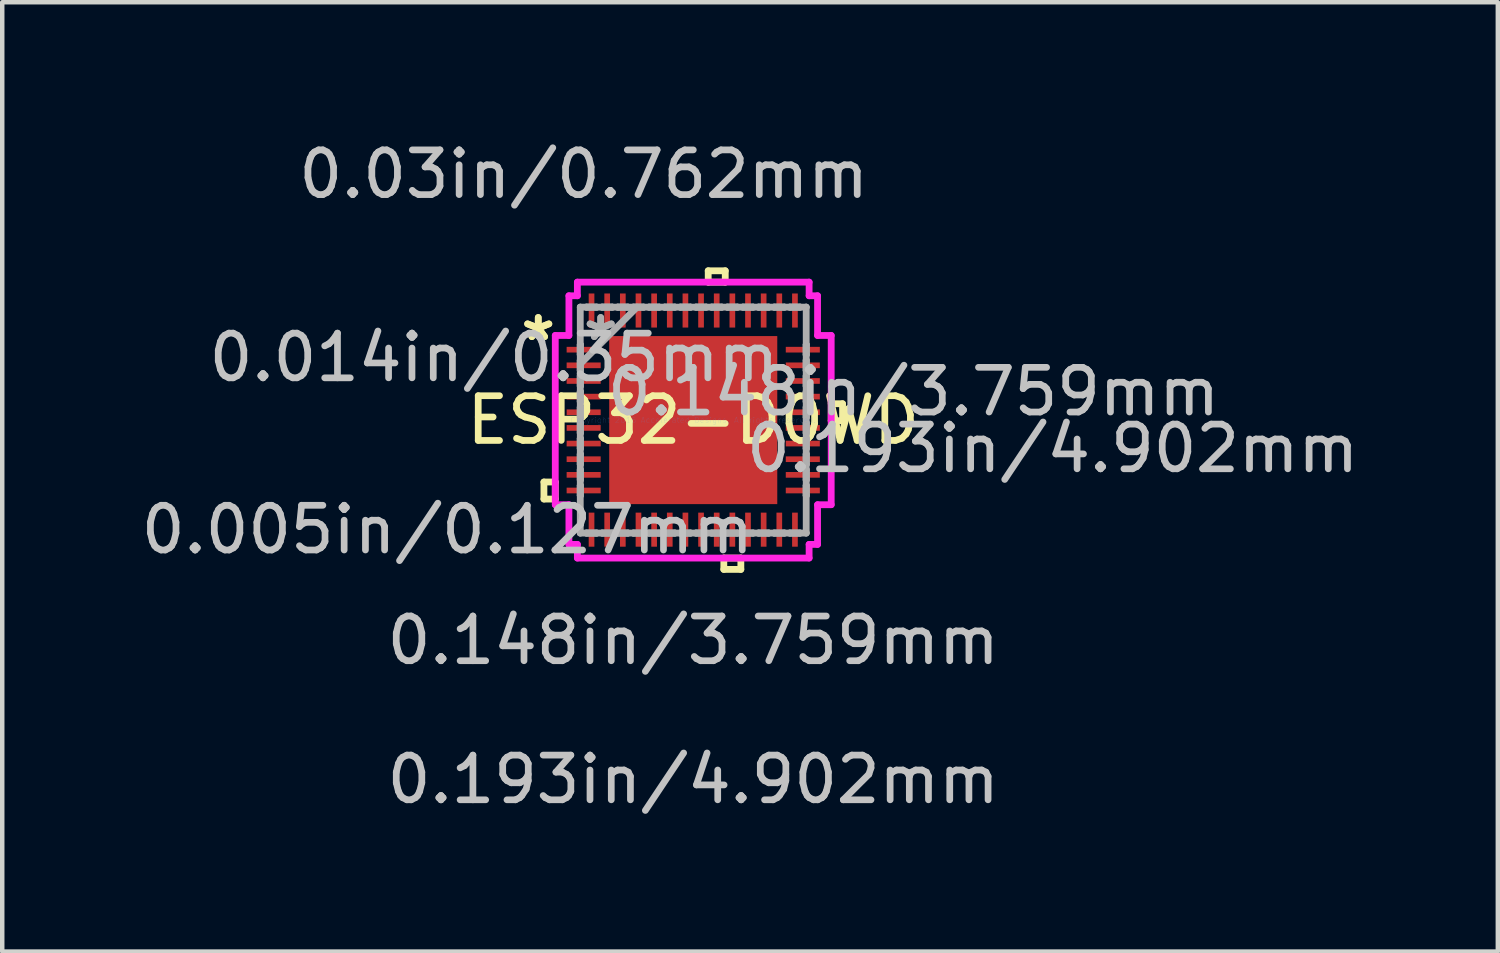
<source format=kicad_pcb>
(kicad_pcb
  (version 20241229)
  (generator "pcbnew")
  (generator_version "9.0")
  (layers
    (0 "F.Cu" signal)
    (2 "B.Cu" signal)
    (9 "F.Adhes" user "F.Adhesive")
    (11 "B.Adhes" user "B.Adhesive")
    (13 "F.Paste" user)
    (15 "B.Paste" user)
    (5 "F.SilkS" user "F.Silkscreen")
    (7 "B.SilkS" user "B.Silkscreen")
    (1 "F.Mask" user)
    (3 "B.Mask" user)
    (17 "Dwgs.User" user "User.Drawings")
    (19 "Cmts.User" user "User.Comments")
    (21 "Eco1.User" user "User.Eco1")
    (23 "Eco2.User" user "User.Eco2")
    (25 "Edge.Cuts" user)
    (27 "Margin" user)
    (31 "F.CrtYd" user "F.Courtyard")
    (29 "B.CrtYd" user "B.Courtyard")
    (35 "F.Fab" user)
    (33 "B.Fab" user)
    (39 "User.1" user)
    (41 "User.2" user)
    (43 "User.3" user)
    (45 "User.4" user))
  (footprint "ESP32-D0WD"
    (layer "F.Cu")
    (at 12.457 6.347)
    (property "Reference" "ESP32-D0WD" (at 0 0 0) (layer "F.SilkS") (effects (font (size 1 1) (thickness 0.15))))
    (attr through_hole)
    (fp_line (start -3.34 1.385) (end -3.34 1.766) (stroke (width 0.152) (type solid)) (layer "F.SilkS"))
    (fp_line (start -3.34 1.766) (end -3.086 1.766) (stroke (width 0.152) (type solid)) (layer "F.SilkS"))
    (fp_line (start -3.086 1.385) (end -3.34 1.385) (stroke (width 0.152) (type solid)) (layer "F.SilkS"))
    (fp_line (start -3.086 1.766) (end -3.086 1.385) (stroke (width 0.152) (type solid)) (layer "F.SilkS"))
    (fp_line (start 0.335 -3.34) (end 0.716 -3.34) (stroke (width 0.152) (type solid)) (layer "F.SilkS"))
    (fp_line (start 0.335 -3.086) (end 0.335 -3.34) (stroke (width 0.152) (type solid)) (layer "F.SilkS"))
    (fp_line (start 0.684 3.086) (end 0.684 3.34) (stroke (width 0.152) (type solid)) (layer "F.SilkS"))
    (fp_line (start 0.684 3.34) (end 1.065 3.34) (stroke (width 0.152) (type solid)) (layer "F.SilkS"))
    (fp_line (start 0.716 -3.34) (end 0.716 -3.086) (stroke (width 0.152) (type solid)) (layer "F.SilkS"))
    (fp_line (start 0.716 -3.086) (end 0.335 -3.086) (stroke (width 0.152) (type solid)) (layer "F.SilkS"))
    (fp_line (start 1.065 3.086) (end 0.684 3.086) (stroke (width 0.152) (type solid)) (layer "F.SilkS"))
    (fp_line (start 1.065 3.34) (end 1.065 3.086) (stroke (width 0.152) (type solid)) (layer "F.SilkS"))
    (fp_line (start 3.086 -0.366) (end 3.34 -0.366) (stroke (width 0.152) (type solid)) (layer "F.SilkS"))
    (fp_line (start 3.086 0.015) (end 3.086 -0.366) (stroke (width 0.152) (type solid)) (layer "F.SilkS"))
    (fp_line (start 3.34 -0.366) (end 3.34 0.015) (stroke (width 0.152) (type solid)) (layer "F.SilkS"))
    (fp_line (start 3.34 0.015) (end 3.086 0.015) (stroke (width 0.152) (type solid)) (layer "F.SilkS"))
    (fp_line (start -1.78 -1.78) (end -1.78 -0.1) (stroke (width 0.152) (type solid)) (layer "F.Paste"))
    (fp_line (start -1.78 -0.1) (end -0.1 -0.1) (stroke (width 0.152) (type solid)) (layer "F.Paste"))
    (fp_line (start -1.78 0.1) (end -1.78 1.78) (stroke (width 0.152) (type solid)) (layer "F.Paste"))
    (fp_line (start -1.78 1.78) (end -0.1 1.78) (stroke (width 0.152) (type solid)) (layer "F.Paste"))
    (fp_line (start -0.1 -1.78) (end -1.78 -1.78) (stroke (width 0.152) (type solid)) (layer "F.Paste"))
    (fp_line (start -0.1 -0.1) (end -0.1 -1.78) (stroke (width 0.152) (type solid)) (layer "F.Paste"))
    (fp_line (start -0.1 0.1) (end -1.78 0.1) (stroke (width 0.152) (type solid)) (layer "F.Paste"))
    (fp_line (start -0.1 1.78) (end -0.1 0.1) (stroke (width 0.152) (type solid)) (layer "F.Paste"))
    (fp_line (start 0.1 -1.78) (end 0.1 -0.1) (stroke (width 0.152) (type solid)) (layer "F.Paste"))
    (fp_line (start 0.1 -0.1) (end 1.78 -0.1) (stroke (width 0.152) (type solid)) (layer "F.Paste"))
    (fp_line (start 0.1 0.1) (end 0.1 1.78) (stroke (width 0.152) (type solid)) (layer "F.Paste"))
    (fp_line (start 0.1 1.78) (end 1.78 1.78) (stroke (width 0.152) (type solid)) (layer "F.Paste"))
    (fp_line (start 1.78 -1.78) (end 0.1 -1.78) (stroke (width 0.152) (type solid)) (layer "F.Paste"))
    (fp_line (start 1.78 -0.1) (end 1.78 -1.78) (stroke (width 0.152) (type solid)) (layer "F.Paste"))
    (fp_line (start 1.78 0.1) (end 0.1 0.1) (stroke (width 0.152) (type solid)) (layer "F.Paste"))
    (fp_line (start 1.78 1.78) (end 1.78 0.1) (stroke (width 0.152) (type solid)) (layer "F.Paste"))
    (fp_line (start -3.086 -1.893) (end -2.781 -1.893) (stroke (width 0.152) (type solid)) (layer "F.CrtYd"))
    (fp_line (start -3.086 1.893) (end -3.086 -1.893) (stroke (width 0.152) (type solid)) (layer "F.CrtYd"))
    (fp_line (start -2.781 -2.781) (end -2.592 -2.781) (stroke (width 0.152) (type solid)) (layer "F.CrtYd"))
    (fp_line (start -2.781 -1.893) (end -2.781 -2.781) (stroke (width 0.152) (type solid)) (layer "F.CrtYd"))
    (fp_line (start -2.781 1.893) (end -3.086 1.893) (stroke (width 0.152) (type solid)) (layer "F.CrtYd"))
    (fp_line (start -2.781 2.781) (end -2.781 1.893) (stroke (width 0.152) (type solid)) (layer "F.CrtYd"))
    (fp_line (start -2.592 -3.086) (end 2.592 -3.086) (stroke (width 0.152) (type solid)) (layer "F.CrtYd"))
    (fp_line (start -2.592 -2.781) (end -2.592 -3.086) (stroke (width 0.152) (type solid)) (layer "F.CrtYd"))
    (fp_line (start -2.592 2.781) (end -2.781 2.781) (stroke (width 0.152) (type solid)) (layer "F.CrtYd"))
    (fp_line (start -2.592 3.086) (end -2.592 2.781) (stroke (width 0.152) (type solid)) (layer "F.CrtYd"))
    (fp_line (start 2.592 -3.086) (end 2.592 -2.781) (stroke (width 0.152) (type solid)) (layer "F.CrtYd"))
    (fp_line (start 2.592 -2.781) (end 2.781 -2.781) (stroke (width 0.152) (type solid)) (layer "F.CrtYd"))
    (fp_line (start 2.592 2.781) (end 2.592 3.086) (stroke (width 0.152) (type solid)) (layer "F.CrtYd"))
    (fp_line (start 2.592 3.086) (end -2.592 3.086) (stroke (width 0.152) (type solid)) (layer "F.CrtYd"))
    (fp_line (start 2.781 -2.781) (end 2.781 -1.893) (stroke (width 0.152) (type solid)) (layer "F.CrtYd"))
    (fp_line (start 2.781 -1.893) (end 3.086 -1.893) (stroke (width 0.152) (type solid)) (layer "F.CrtYd"))
    (fp_line (start 2.781 1.893) (end 2.781 2.781) (stroke (width 0.152) (type solid)) (layer "F.CrtYd"))
    (fp_line (start 2.781 2.781) (end 2.592 2.781) (stroke (width 0.152) (type solid)) (layer "F.CrtYd"))
    (fp_line (start 3.086 -1.893) (end 3.086 1.893) (stroke (width 0.152) (type solid)) (layer "F.CrtYd"))
    (fp_line (start 3.086 1.893) (end 2.781 1.893) (stroke (width 0.152) (type solid)) (layer "F.CrtYd"))
    (fp_line (start -2.527 -2.527) (end -2.527 -2.527) (stroke (width 0.152) (type solid)) (layer "F.Fab"))
    (fp_line (start -2.527 -2.527) (end -2.527 2.527) (stroke (width 0.152) (type solid)) (layer "F.Fab"))
    (fp_line (start -2.527 -1.689) (end -2.527 -1.689) (stroke (width 0.152) (type solid)) (layer "F.Fab"))
    (fp_line (start -2.527 -1.689) (end -2.527 -1.461) (stroke (width 0.152) (type solid)) (layer "F.Fab"))
    (fp_line (start -2.527 -1.461) (end -2.527 -1.689) (stroke (width 0.152) (type solid)) (layer "F.Fab"))
    (fp_line (start -2.527 -1.461) (end -2.527 -1.461) (stroke (width 0.152) (type solid)) (layer "F.Fab"))
    (fp_line (start -2.527 -1.339) (end -2.527 -1.339) (stroke (width 0.152) (type solid)) (layer "F.Fab"))
    (fp_line (start -2.527 -1.339) (end -2.527 -1.111) (stroke (width 0.152) (type solid)) (layer "F.Fab"))
    (fp_line (start -2.527 -1.257) (end -1.257 -2.527) (stroke (width 0.152) (type solid)) (layer "F.Fab"))
    (fp_line (start -2.527 -1.111) (end -2.527 -1.339) (stroke (width 0.152) (type solid)) (layer "F.Fab"))
    (fp_line (start -2.527 -1.111) (end -2.527 -1.111) (stroke (width 0.152) (type solid)) (layer "F.Fab"))
    (fp_line (start -2.527 -0.989) (end -2.527 -0.989) (stroke (width 0.152) (type solid)) (layer "F.Fab"))
    (fp_line (start -2.527 -0.989) (end -2.527 -0.761) (stroke (width 0.152) (type solid)) (layer "F.Fab"))
    (fp_line (start -2.527 -0.761) (end -2.527 -0.989) (stroke (width 0.152) (type solid)) (layer "F.Fab"))
    (fp_line (start -2.527 -0.761) (end -2.527 -0.761) (stroke (width 0.152) (type solid)) (layer "F.Fab"))
    (fp_line (start -2.527 -0.639) (end -2.527 -0.639) (stroke (width 0.152) (type solid)) (layer "F.Fab"))
    (fp_line (start -2.527 -0.639) (end -2.527 -0.411) (stroke (width 0.152) (type solid)) (layer "F.Fab"))
    (fp_line (start -2.527 -0.411) (end -2.527 -0.639) (stroke (width 0.152) (type solid)) (layer "F.Fab"))
    (fp_line (start -2.527 -0.411) (end -2.527 -0.411) (stroke (width 0.152) (type solid)) (layer "F.Fab"))
    (fp_line (start -2.527 -0.289) (end -2.527 -0.289) (stroke (width 0.152) (type solid)) (layer "F.Fab"))
    (fp_line (start -2.527 -0.289) (end -2.527 -0.061) (stroke (width 0.152) (type solid)) (layer "F.Fab"))
    (fp_line (start -2.527 -0.061) (end -2.527 -0.289) (stroke (width 0.152) (type solid)) (layer "F.Fab"))
    (fp_line (start -2.527 -0.061) (end -2.527 -0.061) (stroke (width 0.152) (type solid)) (layer "F.Fab"))
    (fp_line (start -2.527 0.061) (end -2.527 0.061) (stroke (width 0.152) (type solid)) (layer "F.Fab"))
    (fp_line (start -2.527 0.061) (end -2.527 0.289) (stroke (width 0.152) (type solid)) (layer "F.Fab"))
    (fp_line (start -2.527 0.289) (end -2.527 0.061) (stroke (width 0.152) (type solid)) (layer "F.Fab"))
    (fp_line (start -2.527 0.289) (end -2.527 0.289) (stroke (width 0.152) (type solid)) (layer "F.Fab"))
    (fp_line (start -2.527 0.411) (end -2.527 0.411) (stroke (width 0.152) (type solid)) (layer "F.Fab"))
    (fp_line (start -2.527 0.411) (end -2.527 0.639) (stroke (width 0.152) (type solid)) (layer "F.Fab"))
    (fp_line (start -2.527 0.639) (end -2.527 0.411) (stroke (width 0.152) (type solid)) (layer "F.Fab"))
    (fp_line (start -2.527 0.639) (end -2.527 0.639) (stroke (width 0.152) (type solid)) (layer "F.Fab"))
    (fp_line (start -2.527 0.761) (end -2.527 0.761) (stroke (width 0.152) (type solid)) (layer "F.Fab"))
    (fp_line (start -2.527 0.761) (end -2.527 0.989) (stroke (width 0.152) (type solid)) (layer "F.Fab"))
    (fp_line (start -2.527 0.989) (end -2.527 0.761) (stroke (width 0.152) (type solid)) (layer "F.Fab"))
    (fp_line (start -2.527 0.989) (end -2.527 0.989) (stroke (width 0.152) (type solid)) (layer "F.Fab"))
    (fp_line (start -2.527 1.111) (end -2.527 1.111) (stroke (width 0.152) (type solid)) (layer "F.Fab"))
    (fp_line (start -2.527 1.111) (end -2.527 1.339) (stroke (width 0.152) (type solid)) (layer "F.Fab"))
    (fp_line (start -2.527 1.339) (end -2.527 1.111) (stroke (width 0.152) (type solid)) (layer "F.Fab"))
    (fp_line (start -2.527 1.339) (end -2.527 1.339) (stroke (width 0.152) (type solid)) (layer "F.Fab"))
    (fp_line (start -2.527 1.461) (end -2.527 1.461) (stroke (width 0.152) (type solid)) (layer "F.Fab"))
    (fp_line (start -2.527 1.461) (end -2.527 1.689) (stroke (width 0.152) (type solid)) (layer "F.Fab"))
    (fp_line (start -2.527 1.689) (end -2.527 1.461) (stroke (width 0.152) (type solid)) (layer "F.Fab"))
    (fp_line (start -2.527 1.689) (end -2.527 1.689) (stroke (width 0.152) (type solid)) (layer "F.Fab"))
    (fp_line (start -2.527 2.527) (end -2.527 2.527) (stroke (width 0.152) (type solid)) (layer "F.Fab"))
    (fp_line (start -2.527 2.527) (end 2.527 2.527) (stroke (width 0.152) (type solid)) (layer "F.Fab"))
    (fp_line (start -2.389 -2.527) (end -2.389 -2.527) (stroke (width 0.152) (type solid)) (layer "F.Fab"))
    (fp_line (start -2.389 -2.527) (end -2.161 -2.527) (stroke (width 0.152) (type solid)) (layer "F.Fab"))
    (fp_line (start -2.389 2.527) (end -2.389 2.527) (stroke (width 0.152) (type solid)) (layer "F.Fab"))
    (fp_line (start -2.389 2.527) (end -2.161 2.527) (stroke (width 0.152) (type solid)) (layer "F.Fab"))
    (fp_line (start -2.161 -2.527) (end -2.389 -2.527) (stroke (width 0.152) (type solid)) (layer "F.Fab"))
    (fp_line (start -2.161 -2.527) (end -2.161 -2.527) (stroke (width 0.152) (type solid)) (layer "F.Fab"))
    (fp_line (start -2.161 2.527) (end -2.389 2.527) (stroke (width 0.152) (type solid)) (layer "F.Fab"))
    (fp_line (start -2.161 2.527) (end -2.161 2.527) (stroke (width 0.152) (type solid)) (layer "F.Fab"))
    (fp_line (start -2.039 -2.527) (end -2.039 -2.527) (stroke (width 0.152) (type solid)) (layer "F.Fab"))
    (fp_line (start -2.039 -2.527) (end -1.811 -2.527) (stroke (width 0.152) (type solid)) (layer "F.Fab"))
    (fp_line (start -2.039 2.527) (end -2.039 2.527) (stroke (width 0.152) (type solid)) (layer "F.Fab"))
    (fp_line (start -2.039 2.527) (end -1.811 2.527) (stroke (width 0.152) (type solid)) (layer "F.Fab"))
    (fp_line (start -1.811 -2.527) (end -2.039 -2.527) (stroke (width 0.152) (type solid)) (layer "F.Fab"))
    (fp_line (start -1.811 -2.527) (end -1.811 -2.527) (stroke (width 0.152) (type solid)) (layer "F.Fab"))
    (fp_line (start -1.811 2.527) (end -2.039 2.527) (stroke (width 0.152) (type solid)) (layer "F.Fab"))
    (fp_line (start -1.811 2.527) (end -1.811 2.527) (stroke (width 0.152) (type solid)) (layer "F.Fab"))
    (fp_line (start -1.689 -2.527) (end -1.689 -2.527) (stroke (width 0.152) (type solid)) (layer "F.Fab"))
    (fp_line (start -1.689 -2.527) (end -1.461 -2.527) (stroke (width 0.152) (type solid)) (layer "F.Fab"))
    (fp_line (start -1.689 2.527) (end -1.689 2.527) (stroke (width 0.152) (type solid)) (layer "F.Fab"))
    (fp_line (start -1.689 2.527) (end -1.461 2.527) (stroke (width 0.152) (type solid)) (layer "F.Fab"))
    (fp_line (start -1.461 -2.527) (end -1.689 -2.527) (stroke (width 0.152) (type solid)) (layer "F.Fab"))
    (fp_line (start -1.461 -2.527) (end -1.461 -2.527) (stroke (width 0.152) (type solid)) (layer "F.Fab"))
    (fp_line (start -1.461 2.527) (end -1.689 2.527) (stroke (width 0.152) (type solid)) (layer "F.Fab"))
    (fp_line (start -1.461 2.527) (end -1.461 2.527) (stroke (width 0.152) (type solid)) (layer "F.Fab"))
    (fp_line (start -1.339 -2.527) (end -1.339 -2.527) (stroke (width 0.152) (type solid)) (layer "F.Fab"))
    (fp_line (start -1.339 -2.527) (end -1.111 -2.527) (stroke (width 0.152) (type solid)) (layer "F.Fab"))
    (fp_line (start -1.339 2.527) (end -1.339 2.527) (stroke (width 0.152) (type solid)) (layer "F.Fab"))
    (fp_line (start -1.339 2.527) (end -1.111 2.527) (stroke (width 0.152) (type solid)) (layer "F.Fab"))
    (fp_line (start -1.111 -2.527) (end -1.339 -2.527) (stroke (width 0.152) (type solid)) (layer "F.Fab"))
    (fp_line (start -1.111 -2.527) (end -1.111 -2.527) (stroke (width 0.152) (type solid)) (layer "F.Fab"))
    (fp_line (start -1.111 2.527) (end -1.339 2.527) (stroke (width 0.152) (type solid)) (layer "F.Fab"))
    (fp_line (start -1.111 2.527) (end -1.111 2.527) (stroke (width 0.152) (type solid)) (layer "F.Fab"))
    (fp_line (start -0.989 -2.527) (end -0.989 -2.527) (stroke (width 0.152) (type solid)) (layer "F.Fab"))
    (fp_line (start -0.989 -2.527) (end -0.761 -2.527) (stroke (width 0.152) (type solid)) (layer "F.Fab"))
    (fp_line (start -0.989 2.527) (end -0.989 2.527) (stroke (width 0.152) (type solid)) (layer "F.Fab"))
    (fp_line (start -0.989 2.527) (end -0.761 2.527) (stroke (width 0.152) (type solid)) (layer "F.Fab"))
    (fp_line (start -0.761 -2.527) (end -0.989 -2.527) (stroke (width 0.152) (type solid)) (layer "F.Fab"))
    (fp_line (start -0.761 -2.527) (end -0.761 -2.527) (stroke (width 0.152) (type solid)) (layer "F.Fab"))
    (fp_line (start -0.761 2.527) (end -0.989 2.527) (stroke (width 0.152) (type solid)) (layer "F.Fab"))
    (fp_line (start -0.761 2.527) (end -0.761 2.527) (stroke (width 0.152) (type solid)) (layer "F.Fab"))
    (fp_line (start -0.639 -2.527) (end -0.639 -2.527) (stroke (width 0.152) (type solid)) (layer "F.Fab"))
    (fp_line (start -0.639 -2.527) (end -0.411 -2.527) (stroke (width 0.152) (type solid)) (layer "F.Fab"))
    (fp_line (start -0.639 2.527) (end -0.639 2.527) (stroke (width 0.152) (type solid)) (layer "F.Fab"))
    (fp_line (start -0.639 2.527) (end -0.411 2.527) (stroke (width 0.152) (type solid)) (layer "F.Fab"))
    (fp_line (start -0.411 -2.527) (end -0.639 -2.527) (stroke (width 0.152) (type solid)) (layer "F.Fab"))
    (fp_line (start -0.411 -2.527) (end -0.411 -2.527) (stroke (width 0.152) (type solid)) (layer "F.Fab"))
    (fp_line (start -0.411 2.527) (end -0.639 2.527) (stroke (width 0.152) (type solid)) (layer "F.Fab"))
    (fp_line (start -0.411 2.527) (end -0.411 2.527) (stroke (width 0.152) (type solid)) (layer "F.Fab"))
    (fp_line (start -0.289 -2.527) (end -0.289 -2.527) (stroke (width 0.152) (type solid)) (layer "F.Fab"))
    (fp_line (start -0.289 -2.527) (end -0.061 -2.527) (stroke (width 0.152) (type solid)) (layer "F.Fab"))
    (fp_line (start -0.289 2.527) (end -0.289 2.527) (stroke (width 0.152) (type solid)) (layer "F.Fab"))
    (fp_line (start -0.289 2.527) (end -0.061 2.527) (stroke (width 0.152) (type solid)) (layer "F.Fab"))
    (fp_line (start -0.061 -2.527) (end -0.289 -2.527) (stroke (width 0.152) (type solid)) (layer "F.Fab"))
    (fp_line (start -0.061 -2.527) (end -0.061 -2.527) (stroke (width 0.152) (type solid)) (layer "F.Fab"))
    (fp_line (start -0.061 2.527) (end -0.289 2.527) (stroke (width 0.152) (type solid)) (layer "F.Fab"))
    (fp_line (start -0.061 2.527) (end -0.061 2.527) (stroke (width 0.152) (type solid)) (layer "F.Fab"))
    (fp_line (start 0.061 -2.527) (end 0.061 -2.527) (stroke (width 0.152) (type solid)) (layer "F.Fab"))
    (fp_line (start 0.061 -2.527) (end 0.289 -2.527) (stroke (width 0.152) (type solid)) (layer "F.Fab"))
    (fp_line (start 0.061 2.527) (end 0.061 2.527) (stroke (width 0.152) (type solid)) (layer "F.Fab"))
    (fp_line (start 0.061 2.527) (end 0.289 2.527) (stroke (width 0.152) (type solid)) (layer "F.Fab"))
    (fp_line (start 0.289 -2.527) (end 0.061 -2.527) (stroke (width 0.152) (type solid)) (layer "F.Fab"))
    (fp_line (start 0.289 -2.527) (end 0.289 -2.527) (stroke (width 0.152) (type solid)) (layer "F.Fab"))
    (fp_line (start 0.289 2.527) (end 0.061 2.527) (stroke (width 0.152) (type solid)) (layer "F.Fab"))
    (fp_line (start 0.289 2.527) (end 0.289 2.527) (stroke (width 0.152) (type solid)) (layer "F.Fab"))
    (fp_line (start 0.411 -2.527) (end 0.411 -2.527) (stroke (width 0.152) (type solid)) (layer "F.Fab"))
    (fp_line (start 0.411 -2.527) (end 0.639 -2.527) (stroke (width 0.152) (type solid)) (layer "F.Fab"))
    (fp_line (start 0.411 2.527) (end 0.411 2.527) (stroke (width 0.152) (type solid)) (layer "F.Fab"))
    (fp_line (start 0.411 2.527) (end 0.639 2.527) (stroke (width 0.152) (type solid)) (layer "F.Fab"))
    (fp_line (start 0.639 -2.527) (end 0.411 -2.527) (stroke (width 0.152) (type solid)) (layer "F.Fab"))
    (fp_line (start 0.639 -2.527) (end 0.639 -2.527) (stroke (width 0.152) (type solid)) (layer "F.Fab"))
    (fp_line (start 0.639 2.527) (end 0.411 2.527) (stroke (width 0.152) (type solid)) (layer "F.Fab"))
    (fp_line (start 0.639 2.527) (end 0.639 2.527) (stroke (width 0.152) (type solid)) (layer "F.Fab"))
    (fp_line (start 0.761 -2.527) (end 0.761 -2.527) (stroke (width 0.152) (type solid)) (layer "F.Fab"))
    (fp_line (start 0.761 -2.527) (end 0.989 -2.527) (stroke (width 0.152) (type solid)) (layer "F.Fab"))
    (fp_line (start 0.761 2.527) (end 0.761 2.527) (stroke (width 0.152) (type solid)) (layer "F.Fab"))
    (fp_line (start 0.761 2.527) (end 0.989 2.527) (stroke (width 0.152) (type solid)) (layer "F.Fab"))
    (fp_line (start 0.989 -2.527) (end 0.761 -2.527) (stroke (width 0.152) (type solid)) (layer "F.Fab"))
    (fp_line (start 0.989 -2.527) (end 0.989 -2.527) (stroke (width 0.152) (type solid)) (layer "F.Fab"))
    (fp_line (start 0.989 2.527) (end 0.761 2.527) (stroke (width 0.152) (type solid)) (layer "F.Fab"))
    (fp_line (start 0.989 2.527) (end 0.989 2.527) (stroke (width 0.152) (type solid)) (layer "F.Fab"))
    (fp_line (start 1.111 -2.527) (end 1.111 -2.527) (stroke (width 0.152) (type solid)) (layer "F.Fab"))
    (fp_line (start 1.111 -2.527) (end 1.339 -2.527) (stroke (width 0.152) (type solid)) (layer "F.Fab"))
    (fp_line (start 1.111 2.527) (end 1.111 2.527) (stroke (width 0.152) (type solid)) (layer "F.Fab"))
    (fp_line (start 1.111 2.527) (end 1.339 2.527) (stroke (width 0.152) (type solid)) (layer "F.Fab"))
    (fp_line (start 1.339 -2.527) (end 1.111 -2.527) (stroke (width 0.152) (type solid)) (layer "F.Fab"))
    (fp_line (start 1.339 -2.527) (end 1.339 -2.527) (stroke (width 0.152) (type solid)) (layer "F.Fab"))
    (fp_line (start 1.339 2.527) (end 1.111 2.527) (stroke (width 0.152) (type solid)) (layer "F.Fab"))
    (fp_line (start 1.339 2.527) (end 1.339 2.527) (stroke (width 0.152) (type solid)) (layer "F.Fab"))
    (fp_line (start 1.461 -2.527) (end 1.461 -2.527) (stroke (width 0.152) (type solid)) (layer "F.Fab"))
    (fp_line (start 1.461 -2.527) (end 1.689 -2.527) (stroke (width 0.152) (type solid)) (layer "F.Fab"))
    (fp_line (start 1.461 2.527) (end 1.461 2.527) (stroke (width 0.152) (type solid)) (layer "F.Fab"))
    (fp_line (start 1.461 2.527) (end 1.689 2.527) (stroke (width 0.152) (type solid)) (layer "F.Fab"))
    (fp_line (start 1.689 -2.527) (end 1.461 -2.527) (stroke (width 0.152) (type solid)) (layer "F.Fab"))
    (fp_line (start 1.689 -2.527) (end 1.689 -2.527) (stroke (width 0.152) (type solid)) (layer "F.Fab"))
    (fp_line (start 1.689 2.527) (end 1.461 2.527) (stroke (width 0.152) (type solid)) (layer "F.Fab"))
    (fp_line (start 1.689 2.527) (end 1.689 2.527) (stroke (width 0.152) (type solid)) (layer "F.Fab"))
    (fp_line (start 1.811 -2.527) (end 1.811 -2.527) (stroke (width 0.152) (type solid)) (layer "F.Fab"))
    (fp_line (start 1.811 -2.527) (end 2.039 -2.527) (stroke (width 0.152) (type solid)) (layer "F.Fab"))
    (fp_line (start 1.811 2.527) (end 1.811 2.527) (stroke (width 0.152) (type solid)) (layer "F.Fab"))
    (fp_line (start 1.811 2.527) (end 2.039 2.527) (stroke (width 0.152) (type solid)) (layer "F.Fab"))
    (fp_line (start 2.039 -2.527) (end 1.811 -2.527) (stroke (width 0.152) (type solid)) (layer "F.Fab"))
    (fp_line (start 2.039 -2.527) (end 2.039 -2.527) (stroke (width 0.152) (type solid)) (layer "F.Fab"))
    (fp_line (start 2.039 2.527) (end 1.811 2.527) (stroke (width 0.152) (type solid)) (layer "F.Fab"))
    (fp_line (start 2.039 2.527) (end 2.039 2.527) (stroke (width 0.152) (type solid)) (layer "F.Fab"))
    (fp_line (start 2.161 -2.527) (end 2.161 -2.527) (stroke (width 0.152) (type solid)) (layer "F.Fab"))
    (fp_line (start 2.161 -2.527) (end 2.389 -2.527) (stroke (width 0.152) (type solid)) (layer "F.Fab"))
    (fp_line (start 2.161 2.527) (end 2.161 2.527) (stroke (width 0.152) (type solid)) (layer "F.Fab"))
    (fp_line (start 2.161 2.527) (end 2.389 2.527) (stroke (width 0.152) (type solid)) (layer "F.Fab"))
    (fp_line (start 2.389 -2.527) (end 2.161 -2.527) (stroke (width 0.152) (type solid)) (layer "F.Fab"))
    (fp_line (start 2.389 -2.527) (end 2.389 -2.527) (stroke (width 0.152) (type solid)) (layer "F.Fab"))
    (fp_line (start 2.389 2.527) (end 2.161 2.527) (stroke (width 0.152) (type solid)) (layer "F.Fab"))
    (fp_line (start 2.389 2.527) (end 2.389 2.527) (stroke (width 0.152) (type solid)) (layer "F.Fab"))
    (fp_line (start 2.527 -2.527) (end -2.527 -2.527) (stroke (width 0.152) (type solid)) (layer "F.Fab"))
    (fp_line (start 2.527 -2.527) (end 2.527 -2.527) (stroke (width 0.152) (type solid)) (layer "F.Fab"))
    (fp_line (start 2.527 -1.689) (end 2.527 -1.689) (stroke (width 0.152) (type solid)) (layer "F.Fab"))
    (fp_line (start 2.527 -1.689) (end 2.527 -1.461) (stroke (width 0.152) (type solid)) (layer "F.Fab"))
    (fp_line (start 2.527 -1.461) (end 2.527 -1.689) (stroke (width 0.152) (type solid)) (layer "F.Fab"))
    (fp_line (start 2.527 -1.461) (end 2.527 -1.461) (stroke (width 0.152) (type solid)) (layer "F.Fab"))
    (fp_line (start 2.527 -1.339) (end 2.527 -1.339) (stroke (width 0.152) (type solid)) (layer "F.Fab"))
    (fp_line (start 2.527 -1.339) (end 2.527 -1.111) (stroke (width 0.152) (type solid)) (layer "F.Fab"))
    (fp_line (start 2.527 -1.111) (end 2.527 -1.339) (stroke (width 0.152) (type solid)) (layer "F.Fab"))
    (fp_line (start 2.527 -1.111) (end 2.527 -1.111) (stroke (width 0.152) (type solid)) (layer "F.Fab"))
    (fp_line (start 2.527 -0.989) (end 2.527 -0.989) (stroke (width 0.152) (type solid)) (layer "F.Fab"))
    (fp_line (start 2.527 -0.989) (end 2.527 -0.761) (stroke (width 0.152) (type solid)) (layer "F.Fab"))
    (fp_line (start 2.527 -0.761) (end 2.527 -0.989) (stroke (width 0.152) (type solid)) (layer "F.Fab"))
    (fp_line (start 2.527 -0.761) (end 2.527 -0.761) (stroke (width 0.152) (type solid)) (layer "F.Fab"))
    (fp_line (start 2.527 -0.639) (end 2.527 -0.639) (stroke (width 0.152) (type solid)) (layer "F.Fab"))
    (fp_line (start 2.527 -0.639) (end 2.527 -0.411) (stroke (width 0.152) (type solid)) (layer "F.Fab"))
    (fp_line (start 2.527 -0.411) (end 2.527 -0.639) (stroke (width 0.152) (type solid)) (layer "F.Fab"))
    (fp_line (start 2.527 -0.411) (end 2.527 -0.411) (stroke (width 0.152) (type solid)) (layer "F.Fab"))
    (fp_line (start 2.527 -0.289) (end 2.527 -0.289) (stroke (width 0.152) (type solid)) (layer "F.Fab"))
    (fp_line (start 2.527 -0.289) (end 2.527 -0.061) (stroke (width 0.152) (type solid)) (layer "F.Fab"))
    (fp_line (start 2.527 -0.061) (end 2.527 -0.289) (stroke (width 0.152) (type solid)) (layer "F.Fab"))
    (fp_line (start 2.527 -0.061) (end 2.527 -0.061) (stroke (width 0.152) (type solid)) (layer "F.Fab"))
    (fp_line (start 2.527 0.061) (end 2.527 0.061) (stroke (width 0.152) (type solid)) (layer "F.Fab"))
    (fp_line (start 2.527 0.061) (end 2.527 0.289) (stroke (width 0.152) (type solid)) (layer "F.Fab"))
    (fp_line (start 2.527 0.289) (end 2.527 0.061) (stroke (width 0.152) (type solid)) (layer "F.Fab"))
    (fp_line (start 2.527 0.289) (end 2.527 0.289) (stroke (width 0.152) (type solid)) (layer "F.Fab"))
    (fp_line (start 2.527 0.411) (end 2.527 0.411) (stroke (width 0.152) (type solid)) (layer "F.Fab"))
    (fp_line (start 2.527 0.411) (end 2.527 0.639) (stroke (width 0.152) (type solid)) (layer "F.Fab"))
    (fp_line (start 2.527 0.639) (end 2.527 0.411) (stroke (width 0.152) (type solid)) (layer "F.Fab"))
    (fp_line (start 2.527 0.639) (end 2.527 0.639) (stroke (width 0.152) (type solid)) (layer "F.Fab"))
    (fp_line (start 2.527 0.761) (end 2.527 0.761) (stroke (width 0.152) (type solid)) (layer "F.Fab"))
    (fp_line (start 2.527 0.761) (end 2.527 0.989) (stroke (width 0.152) (type solid)) (layer "F.Fab"))
    (fp_line (start 2.527 0.989) (end 2.527 0.761) (stroke (width 0.152) (type solid)) (layer "F.Fab"))
    (fp_line (start 2.527 0.989) (end 2.527 0.989) (stroke (width 0.152) (type solid)) (layer "F.Fab"))
    (fp_line (start 2.527 1.111) (end 2.527 1.111) (stroke (width 0.152) (type solid)) (layer "F.Fab"))
    (fp_line (start 2.527 1.111) (end 2.527 1.339) (stroke (width 0.152) (type solid)) (layer "F.Fab"))
    (fp_line (start 2.527 1.339) (end 2.527 1.111) (stroke (width 0.152) (type solid)) (layer "F.Fab"))
    (fp_line (start 2.527 1.339) (end 2.527 1.339) (stroke (width 0.152) (type solid)) (layer "F.Fab"))
    (fp_line (start 2.527 1.461) (end 2.527 1.461) (stroke (width 0.152) (type solid)) (layer "F.Fab"))
    (fp_line (start 2.527 1.461) (end 2.527 1.689) (stroke (width 0.152) (type solid)) (layer "F.Fab"))
    (fp_line (start 2.527 1.689) (end 2.527 1.461) (stroke (width 0.152) (type solid)) (layer "F.Fab"))
    (fp_line (start 2.527 1.689) (end 2.527 1.689) (stroke (width 0.152) (type solid)) (layer "F.Fab"))
    (fp_line (start 2.527 2.527) (end 2.527 -2.527) (stroke (width 0.152) (type solid)) (layer "F.Fab"))
    (fp_line (start 2.527 2.527) (end 2.527 2.527) (stroke (width 0.152) (type solid)) (layer "F.Fab"))
    (fp_text user "*" (at -3.467 -1.75 0) (layer "F.SilkS") (effects (font (size 1 1) (thickness 0.15))))
    (fp_text user "*" (at -3.467 -1.75 0) (layer "F.SilkS") (effects (font (size 1 1) (thickness 0.15))))
    (fp_text user "0.148in/3.759mm" (at 0 4.928 0) (layer "Dwgs.User") (effects (font (size 1 1) (thickness 0.15))))
    (fp_text user "0.193in/4.902mm" (at 0 8.039 0) (layer "Dwgs.User") (effects (font (size 1 1) (thickness 0.15))))
    (fp_text user "0.014in/0.35mm" (at -4.458 -1.4 0) (layer "Dwgs.User") (effects (font (size 1 1) (thickness 0.15))))
    (fp_text user "0.148in/3.759mm" (at 4.928 -0.635 0) (layer "Dwgs.User") (effects (font (size 1 1) (thickness 0.15))))
    (fp_text user "0.193in/4.902mm" (at 8.039 0.635 0) (layer "Dwgs.User") (effects (font (size 1 1) (thickness 0.15))))
    (fp_text user "0.005in/0.127mm" (at -5.499 2.451 0) (layer "Dwgs.User") (effects (font (size 1 1) (thickness 0.15))))
    (fp_text user "0.03in/0.762mm" (at -2.451 -5.499 0) (layer "Dwgs.User") (effects (font (size 1 1) (thickness 0.15))))
    (fp_text user "Copyright 2016 Accelerated Designs. All rights reserved." (at 0 0 0) (layer "Cmts.User") (effects (font (size 0.127 0.127) (thickness 0.002))))
    (fp_text user "*" (at -2.07 -1.75 0) (layer "F.Fab") (effects (font (size 1 1) (thickness 0.15))))
    (fp_text user "*" (at -2.07 -1.75 0) (layer "F.Fab") (effects (font (size 1 1) (thickness 0.15))))
    (pad "1" smd rect (at -2.451 -1.575 90) (size 0.127 0.762) (layers "F.Cu" "F.Mask" "F.Paste"))
    (pad "2" smd rect (at -2.451 -1.225 90) (size 0.127 0.762) (layers "F.Cu" "F.Mask" "F.Paste"))
    (pad "3" smd rect (at -2.451 -0.875 90) (size 0.127 0.762) (layers "F.Cu" "F.Mask" "F.Paste"))
    (pad "4" smd rect (at -2.451 -0.525 90) (size 0.127 0.762) (layers "F.Cu" "F.Mask" "F.Paste"))
    (pad "5" smd rect (at -2.451 -0.175 90) (size 0.127 0.762) (layers "F.Cu" "F.Mask" "F.Paste"))
    (pad "6" smd rect (at -2.451 0.175 90) (size 0.127 0.762) (layers "F.Cu" "F.Mask" "F.Paste"))
    (pad "7" smd rect (at -2.451 0.525 90) (size 0.127 0.762) (layers "F.Cu" "F.Mask" "F.Paste"))
    (pad "8" smd rect (at -2.451 0.875 90) (size 0.127 0.762) (layers "F.Cu" "F.Mask" "F.Paste"))
    (pad "9" smd rect (at -2.451 1.225 90) (size 0.127 0.762) (layers "F.Cu" "F.Mask" "F.Paste"))
    (pad "10" smd rect (at -2.451 1.575 90) (size 0.127 0.762) (layers "F.Cu" "F.Mask" "F.Paste"))
    (pad "11" smd rect (at -2.275 2.451) (size 0.127 0.762) (layers "F.Cu" "F.Mask" "F.Paste"))
    (pad "12" smd rect (at -1.925 2.451) (size 0.127 0.762) (layers "F.Cu" "F.Mask" "F.Paste"))
    (pad "13" smd rect (at -1.575 2.451) (size 0.127 0.762) (layers "F.Cu" "F.Mask" "F.Paste"))
    (pad "14" smd rect (at -1.225 2.451) (size 0.127 0.762) (layers "F.Cu" "F.Mask" "F.Paste"))
    (pad "15" smd rect (at -0.875 2.451) (size 0.127 0.762) (layers "F.Cu" "F.Mask" "F.Paste"))
    (pad "16" smd rect (at -0.525 2.451) (size 0.127 0.762) (layers "F.Cu" "F.Mask" "F.Paste"))
    (pad "17" smd rect (at -0.175 2.451) (size 0.127 0.762) (layers "F.Cu" "F.Mask" "F.Paste"))
    (pad "18" smd rect (at 0.175 2.451) (size 0.127 0.762) (layers "F.Cu" "F.Mask" "F.Paste"))
    (pad "19" smd rect (at 0.525 2.451) (size 0.127 0.762) (layers "F.Cu" "F.Mask" "F.Paste"))
    (pad "20" smd rect (at 0.875 2.451) (size 0.127 0.762) (layers "F.Cu" "F.Mask" "F.Paste"))
    (pad "21" smd rect (at 1.225 2.451) (size 0.127 0.762) (layers "F.Cu" "F.Mask" "F.Paste"))
    (pad "22" smd rect (at 1.575 2.451) (size 0.127 0.762) (layers "F.Cu" "F.Mask" "F.Paste"))
    (pad "23" smd rect (at 1.925 2.451) (size 0.127 0.762) (layers "F.Cu" "F.Mask" "F.Paste"))
    (pad "24" smd rect (at 2.275 2.451) (size 0.127 0.762) (layers "F.Cu" "F.Mask" "F.Paste"))
    (pad "25" smd rect (at 2.451 1.575 90) (size 0.127 0.762) (layers "F.Cu" "F.Mask" "F.Paste"))
    (pad "26" smd rect (at 2.451 1.225 90) (size 0.127 0.762) (layers "F.Cu" "F.Mask" "F.Paste"))
    (pad "27" smd rect (at 2.451 0.875 90) (size 0.127 0.762) (layers "F.Cu" "F.Mask" "F.Paste"))
    (pad "28" smd rect (at 2.451 0.525 90) (size 0.127 0.762) (layers "F.Cu" "F.Mask" "F.Paste"))
    (pad "29" smd rect (at 2.451 0.175 90) (size 0.127 0.762) (layers "F.Cu" "F.Mask" "F.Paste"))
    (pad "30" smd rect (at 2.451 -0.175 90) (size 0.127 0.762) (layers "F.Cu" "F.Mask" "F.Paste"))
    (pad "31" smd rect (at 2.451 -0.525 90) (size 0.127 0.762) (layers "F.Cu" "F.Mask" "F.Paste"))
    (pad "32" smd rect (at 2.451 -0.875 90) (size 0.127 0.762) (layers "F.Cu" "F.Mask" "F.Paste"))
    (pad "33" smd rect (at 2.451 -1.225 90) (size 0.127 0.762) (layers "F.Cu" "F.Mask" "F.Paste"))
    (pad "34" smd rect (at 2.451 -1.575 90) (size 0.127 0.762) (layers "F.Cu" "F.Mask" "F.Paste"))
    (pad "35" smd rect (at 2.275 -2.451) (size 0.127 0.762) (layers "F.Cu" "F.Mask" "F.Paste"))
    (pad "36" smd rect (at 1.925 -2.451) (size 0.127 0.762) (layers "F.Cu" "F.Mask" "F.Paste"))
    (pad "37" smd rect (at 1.575 -2.451) (size 0.127 0.762) (layers "F.Cu" "F.Mask" "F.Paste"))
    (pad "38" smd rect (at 1.225 -2.451) (size 0.127 0.762) (layers "F.Cu" "F.Mask" "F.Paste"))
    (pad "39" smd rect (at 0.875 -2.451) (size 0.127 0.762) (layers "F.Cu" "F.Mask" "F.Paste"))
    (pad "40" smd rect (at 0.525 -2.451) (size 0.127 0.762) (layers "F.Cu" "F.Mask" "F.Paste"))
    (pad "41" smd rect (at 0.175 -2.451) (size 0.127 0.762) (layers "F.Cu" "F.Mask" "F.Paste"))
    (pad "42" smd rect (at -0.175 -2.451) (size 0.127 0.762) (layers "F.Cu" "F.Mask" "F.Paste"))
    (pad "43" smd rect (at -0.525 -2.451) (size 0.127 0.762) (layers "F.Cu" "F.Mask" "F.Paste"))
    (pad "44" smd rect (at -0.875 -2.451) (size 0.127 0.762) (layers "F.Cu" "F.Mask" "F.Paste"))
    (pad "45" smd rect (at -1.225 -2.451) (size 0.127 0.762) (layers "F.Cu" "F.Mask" "F.Paste"))
    (pad "46" smd rect (at -1.575 -2.451) (size 0.127 0.762) (layers "F.Cu" "F.Mask" "F.Paste"))
    (pad "47" smd rect (at -1.925 -2.451) (size 0.127 0.762) (layers "F.Cu" "F.Mask" "F.Paste"))
    (pad "48" smd rect (at -2.275 -2.451) (size 0.127 0.762) (layers "F.Cu" "F.Mask" "F.Paste"))
    (pad "49" smd rect (at 0 0) (size 3.759 3.759) (layers "F.Cu" "F.Mask" "F.Paste")))
  (gr_rect
    (start -3 -3)
    (end 30.455 18.235)
    (stroke (width 0.1) (type default))
    (fill no)
    (layer "Edge.Cuts")))
</source>
